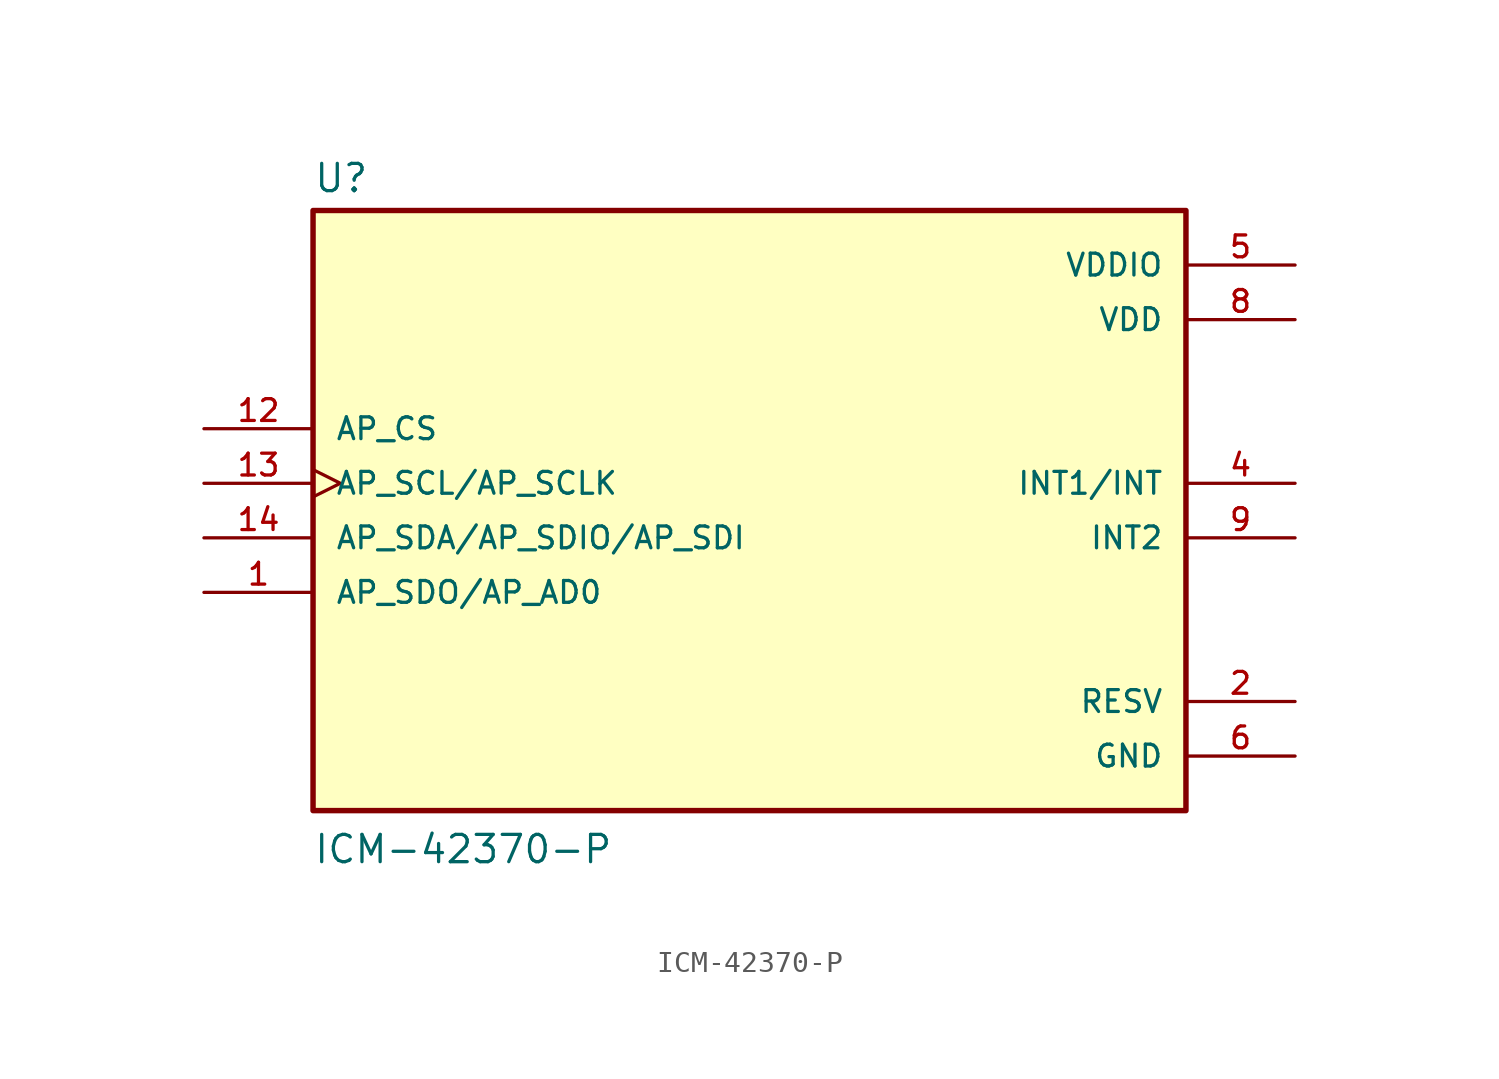
<source format=kicad_sym>
(kicad_symbol_lib
  (version 20211014)
  (generator kicad_symbol_editor)
  (symbol "ICM-42370-P"
    (pin_names
      (offset 1.016))
    (property "Reference" "U"
      (at -20.32 16.002 0)
      (effects (font (size 1.27 1.27)) (justify bottom left)))
    (property "Value" "ICM-42370-P"
      (at -20.32 -15.24 0)
      (effects (font (size 1.27 1.27)) (justify bottom left)))
    (symbol "ICM-42370-P_0_0"
      (rectangle (start -20.32 -12.7) (end 20.32 15.24) (stroke (width 0.254)) (fill (type background)))
      (pin bidirectional line (at -25.4 -2.54 0) (length 5.08) (name "AP_SDO/AP_AD0" (effects (font (size 1.016 1.016)))) (number "1" (effects (font (size 1.016 1.016)))))
      (pin output line (at 25.4 2.54 180.0) (length 5.08) (name "INT1/INT" (effects (font (size 1.016 1.016)))) (number "4" (effects (font (size 1.016 1.016)))))
      (pin power_in line (at 25.4 12.7 180.0) (length 5.08) (name "VDDIO" (effects (font (size 1.016 1.016)))) (number "5" (effects (font (size 1.016 1.016)))))
      (pin power_in line (at 25.4 -10.16 180.0) (length 5.08) (name "GND" (effects (font (size 1.016 1.016)))) (number "6" (effects (font (size 1.016 1.016)))))
      (pin power_in line (at 25.4 10.16 180.0) (length 5.08) (name "VDD" (effects (font (size 1.016 1.016)))) (number "8" (effects (font (size 1.016 1.016)))))
      (pin output line (at 25.4 0.0 180.0) (length 5.08) (name "INT2" (effects (font (size 1.016 1.016)))) (number "9" (effects (font (size 1.016 1.016)))))
      (pin input line (at -25.4 5.08 0) (length 5.08) (name "AP_CS" (effects (font (size 1.016 1.016)))) (number "12" (effects (font (size 1.016 1.016)))))
      (pin input clock (at -25.4 2.54 0) (length 5.08) (name "AP_SCL/AP_SCLK" (effects (font (size 1.016 1.016)))) (number "13" (effects (font (size 1.016 1.016)))))
      (pin bidirectional line (at -25.4 0.0 0) (length 5.08) (name "AP_SDA/AP_SDIO/AP_SDI" (effects (font (size 1.016 1.016)))) (number "14" (effects (font (size 1.016 1.016)))))
      (pin passive line (at 25.4 -7.62 180.0) (length 5.08) (name "RESV" (effects (font (size 1.016 1.016)))) (number "2" (effects (font (size 1.016 1.016)))))
      (pin passive line (at 25.4 -7.62 180.0) (length 5.08) hide (name "RESV" (effects (font (size 1.016 1.016)))) (number "3" (effects (font (size 1.016 1.016)))))
      (pin passive line (at 25.4 -7.62 180.0) (length 5.08) hide (name "RESV" (effects (font (size 1.016 1.016)))) (number "7" (effects (font (size 1.016 1.016)))))
      (pin passive line (at 25.4 -7.62 180.0) (length 5.08) hide (name "RESV" (effects (font (size 1.016 1.016)))) (number "10" (effects (font (size 1.016 1.016)))))
      (pin passive line (at 25.4 -7.62 180.0) (length 5.08) hide (name "RESV" (effects (font (size 1.016 1.016)))) (number "11" (effects (font (size 1.016 1.016))))))))
</source>
